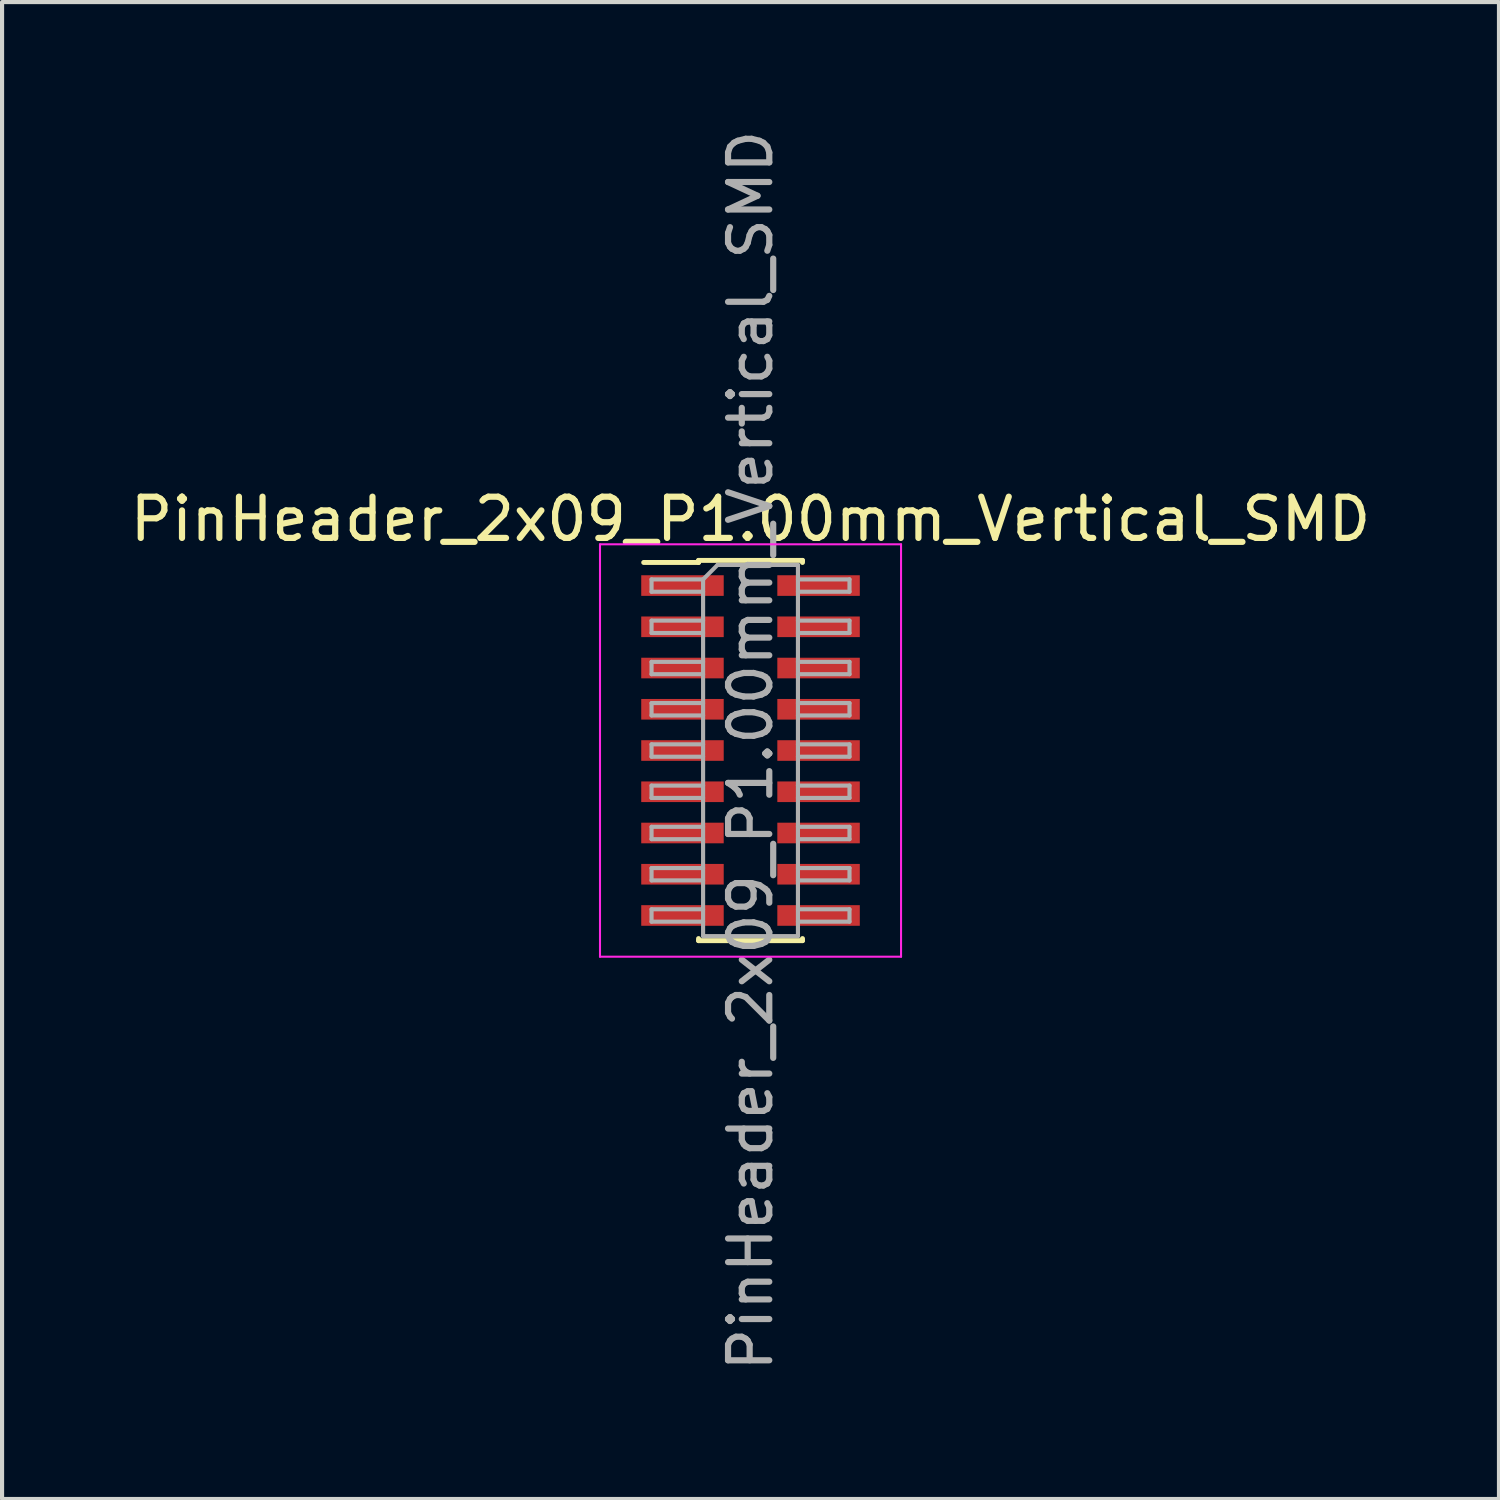
<source format=kicad_pcb>
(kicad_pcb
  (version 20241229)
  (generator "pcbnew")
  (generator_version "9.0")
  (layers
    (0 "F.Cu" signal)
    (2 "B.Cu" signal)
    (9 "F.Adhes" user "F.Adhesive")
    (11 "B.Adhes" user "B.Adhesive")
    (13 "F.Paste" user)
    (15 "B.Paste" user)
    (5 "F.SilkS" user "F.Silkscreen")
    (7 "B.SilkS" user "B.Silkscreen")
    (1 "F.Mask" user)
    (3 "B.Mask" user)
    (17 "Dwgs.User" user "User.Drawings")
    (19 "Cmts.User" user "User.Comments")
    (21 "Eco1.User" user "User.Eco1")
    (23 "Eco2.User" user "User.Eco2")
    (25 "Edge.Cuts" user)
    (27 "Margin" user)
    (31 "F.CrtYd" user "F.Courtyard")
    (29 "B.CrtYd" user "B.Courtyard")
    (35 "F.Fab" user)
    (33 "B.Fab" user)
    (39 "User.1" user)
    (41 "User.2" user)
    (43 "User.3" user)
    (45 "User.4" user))
  (footprint "PinHeader_2x09_P1.00mm_Vertical_SMD"
    (layer "F.Cu")
    (at 15.149 15.149)
    (property "Reference" "PinHeader_2x09_P1.00mm_Vertical_SMD" (at 0 -5.61 0) (layer "F.SilkS") (effects (font (size 1 1) (thickness 0.15))))
    (attr smd)
    (fp_line (start -2.59 -4.56) (end -1.26 -4.56) (stroke (width 0.12) (type solid)) (layer "F.SilkS"))
    (fp_line (start -1.26 -4.61) (end -1.26 -4.56) (stroke (width 0.12) (type solid)) (layer "F.SilkS"))
    (fp_line (start -1.26 -4.61) (end 1.26 -4.61) (stroke (width 0.12) (type solid)) (layer "F.SilkS"))
    (fp_line (start -1.26 4.56) (end -1.26 4.61) (stroke (width 0.12) (type solid)) (layer "F.SilkS"))
    (fp_line (start -1.26 4.61) (end 1.26 4.61) (stroke (width 0.12) (type solid)) (layer "F.SilkS"))
    (fp_line (start 1.26 -4.61) (end 1.26 -4.56) (stroke (width 0.12) (type solid)) (layer "F.SilkS"))
    (fp_line (start 1.26 4.56) (end 1.26 4.61) (stroke (width 0.12) (type solid)) (layer "F.SilkS"))
    (fp_line (start -3.65 -5) (end -3.65 5) (stroke (width 0.05) (type solid)) (layer "F.CrtYd"))
    (fp_line (start -3.65 5) (end 3.65 5) (stroke (width 0.05) (type solid)) (layer "F.CrtYd"))
    (fp_line (start 3.65 -5) (end -3.65 -5) (stroke (width 0.05) (type solid)) (layer "F.CrtYd"))
    (fp_line (start 3.65 5) (end 3.65 -5) (stroke (width 0.05) (type solid)) (layer "F.CrtYd"))
    (fp_line (start -2.4 -4.15) (end -2.4 -3.85) (stroke (width 0.1) (type solid)) (layer "F.Fab"))
    (fp_line (start -2.4 -3.85) (end -1.15 -3.85) (stroke (width 0.1) (type solid)) (layer "F.Fab"))
    (fp_line (start -2.4 -3.15) (end -2.4 -2.85) (stroke (width 0.1) (type solid)) (layer "F.Fab"))
    (fp_line (start -2.4 -2.85) (end -1.15 -2.85) (stroke (width 0.1) (type solid)) (layer "F.Fab"))
    (fp_line (start -2.4 -2.15) (end -2.4 -1.85) (stroke (width 0.1) (type solid)) (layer "F.Fab"))
    (fp_line (start -2.4 -1.85) (end -1.15 -1.85) (stroke (width 0.1) (type solid)) (layer "F.Fab"))
    (fp_line (start -2.4 -1.15) (end -2.4 -0.85) (stroke (width 0.1) (type solid)) (layer "F.Fab"))
    (fp_line (start -2.4 -0.85) (end -1.15 -0.85) (stroke (width 0.1) (type solid)) (layer "F.Fab"))
    (fp_line (start -2.4 -0.15) (end -2.4 0.15) (stroke (width 0.1) (type solid)) (layer "F.Fab"))
    (fp_line (start -2.4 0.15) (end -1.15 0.15) (stroke (width 0.1) (type solid)) (layer "F.Fab"))
    (fp_line (start -2.4 0.85) (end -2.4 1.15) (stroke (width 0.1) (type solid)) (layer "F.Fab"))
    (fp_line (start -2.4 1.15) (end -1.15 1.15) (stroke (width 0.1) (type solid)) (layer "F.Fab"))
    (fp_line (start -2.4 1.85) (end -2.4 2.15) (stroke (width 0.1) (type solid)) (layer "F.Fab"))
    (fp_line (start -2.4 2.15) (end -1.15 2.15) (stroke (width 0.1) (type solid)) (layer "F.Fab"))
    (fp_line (start -2.4 2.85) (end -2.4 3.15) (stroke (width 0.1) (type solid)) (layer "F.Fab"))
    (fp_line (start -2.4 3.15) (end -1.15 3.15) (stroke (width 0.1) (type solid)) (layer "F.Fab"))
    (fp_line (start -2.4 3.85) (end -2.4 4.15) (stroke (width 0.1) (type solid)) (layer "F.Fab"))
    (fp_line (start -2.4 4.15) (end -1.15 4.15) (stroke (width 0.1) (type solid)) (layer "F.Fab"))
    (fp_line (start -1.15 -4.15) (end -2.4 -4.15) (stroke (width 0.1) (type solid)) (layer "F.Fab"))
    (fp_line (start -1.15 -4.15) (end -0.8 -4.5) (stroke (width 0.1) (type solid)) (layer "F.Fab"))
    (fp_line (start -1.15 -3.15) (end -2.4 -3.15) (stroke (width 0.1) (type solid)) (layer "F.Fab"))
    (fp_line (start -1.15 -2.15) (end -2.4 -2.15) (stroke (width 0.1) (type solid)) (layer "F.Fab"))
    (fp_line (start -1.15 -1.15) (end -2.4 -1.15) (stroke (width 0.1) (type solid)) (layer "F.Fab"))
    (fp_line (start -1.15 -0.15) (end -2.4 -0.15) (stroke (width 0.1) (type solid)) (layer "F.Fab"))
    (fp_line (start -1.15 0.85) (end -2.4 0.85) (stroke (width 0.1) (type solid)) (layer "F.Fab"))
    (fp_line (start -1.15 1.85) (end -2.4 1.85) (stroke (width 0.1) (type solid)) (layer "F.Fab"))
    (fp_line (start -1.15 2.85) (end -2.4 2.85) (stroke (width 0.1) (type solid)) (layer "F.Fab"))
    (fp_line (start -1.15 3.85) (end -2.4 3.85) (stroke (width 0.1) (type solid)) (layer "F.Fab"))
    (fp_line (start -1.15 4.5) (end -1.15 -4.15) (stroke (width 0.1) (type solid)) (layer "F.Fab"))
    (fp_line (start -0.8 -4.5) (end 1.15 -4.5) (stroke (width 0.1) (type solid)) (layer "F.Fab"))
    (fp_line (start 1.15 -4.5) (end 1.15 4.5) (stroke (width 0.1) (type solid)) (layer "F.Fab"))
    (fp_line (start 1.15 -4.15) (end 2.4 -4.15) (stroke (width 0.1) (type solid)) (layer "F.Fab"))
    (fp_line (start 1.15 -3.15) (end 2.4 -3.15) (stroke (width 0.1) (type solid)) (layer "F.Fab"))
    (fp_line (start 1.15 -2.15) (end 2.4 -2.15) (stroke (width 0.1) (type solid)) (layer "F.Fab"))
    (fp_line (start 1.15 -1.15) (end 2.4 -1.15) (stroke (width 0.1) (type solid)) (layer "F.Fab"))
    (fp_line (start 1.15 -0.15) (end 2.4 -0.15) (stroke (width 0.1) (type solid)) (layer "F.Fab"))
    (fp_line (start 1.15 0.85) (end 2.4 0.85) (stroke (width 0.1) (type solid)) (layer "F.Fab"))
    (fp_line (start 1.15 1.85) (end 2.4 1.85) (stroke (width 0.1) (type solid)) (layer "F.Fab"))
    (fp_line (start 1.15 2.85) (end 2.4 2.85) (stroke (width 0.1) (type solid)) (layer "F.Fab"))
    (fp_line (start 1.15 3.85) (end 2.4 3.85) (stroke (width 0.1) (type solid)) (layer "F.Fab"))
    (fp_line (start 1.15 4.5) (end -1.15 4.5) (stroke (width 0.1) (type solid)) (layer "F.Fab"))
    (fp_line (start 2.4 -4.15) (end 2.4 -3.85) (stroke (width 0.1) (type solid)) (layer "F.Fab"))
    (fp_line (start 2.4 -3.85) (end 1.15 -3.85) (stroke (width 0.1) (type solid)) (layer "F.Fab"))
    (fp_line (start 2.4 -3.15) (end 2.4 -2.85) (stroke (width 0.1) (type solid)) (layer "F.Fab"))
    (fp_line (start 2.4 -2.85) (end 1.15 -2.85) (stroke (width 0.1) (type solid)) (layer "F.Fab"))
    (fp_line (start 2.4 -2.15) (end 2.4 -1.85) (stroke (width 0.1) (type solid)) (layer "F.Fab"))
    (fp_line (start 2.4 -1.85) (end 1.15 -1.85) (stroke (width 0.1) (type solid)) (layer "F.Fab"))
    (fp_line (start 2.4 -1.15) (end 2.4 -0.85) (stroke (width 0.1) (type solid)) (layer "F.Fab"))
    (fp_line (start 2.4 -0.85) (end 1.15 -0.85) (stroke (width 0.1) (type solid)) (layer "F.Fab"))
    (fp_line (start 2.4 -0.15) (end 2.4 0.15) (stroke (width 0.1) (type solid)) (layer "F.Fab"))
    (fp_line (start 2.4 0.15) (end 1.15 0.15) (stroke (width 0.1) (type solid)) (layer "F.Fab"))
    (fp_line (start 2.4 0.85) (end 2.4 1.15) (stroke (width 0.1) (type solid)) (layer "F.Fab"))
    (fp_line (start 2.4 1.15) (end 1.15 1.15) (stroke (width 0.1) (type solid)) (layer "F.Fab"))
    (fp_line (start 2.4 1.85) (end 2.4 2.15) (stroke (width 0.1) (type solid)) (layer "F.Fab"))
    (fp_line (start 2.4 2.15) (end 1.15 2.15) (stroke (width 0.1) (type solid)) (layer "F.Fab"))
    (fp_line (start 2.4 2.85) (end 2.4 3.15) (stroke (width 0.1) (type solid)) (layer "F.Fab"))
    (fp_line (start 2.4 3.15) (end 1.15 3.15) (stroke (width 0.1) (type solid)) (layer "F.Fab"))
    (fp_line (start 2.4 3.85) (end 2.4 4.15) (stroke (width 0.1) (type solid)) (layer "F.Fab"))
    (fp_line (start 2.4 4.15) (end 1.15 4.15) (stroke (width 0.1) (type solid)) (layer "F.Fab"))
    (fp_text user "${REFERENCE}" (at 0 0 90) (layer "F.Fab") (effects (font (size 1 1) (thickness 0.15))))
    (pad "1" smd rect (at -1.65 -4) (size 2 0.5) (layers "F.Cu" "F.Mask" "F.Paste"))
    (pad "2" smd rect (at 1.65 -4) (size 2 0.5) (layers "F.Cu" "F.Mask" "F.Paste"))
    (pad "3" smd rect (at -1.65 -3) (size 2 0.5) (layers "F.Cu" "F.Mask" "F.Paste"))
    (pad "4" smd rect (at 1.65 -3) (size 2 0.5) (layers "F.Cu" "F.Mask" "F.Paste"))
    (pad "5" smd rect (at -1.65 -2) (size 2 0.5) (layers "F.Cu" "F.Mask" "F.Paste"))
    (pad "6" smd rect (at 1.65 -2) (size 2 0.5) (layers "F.Cu" "F.Mask" "F.Paste"))
    (pad "7" smd rect (at -1.65 -1) (size 2 0.5) (layers "F.Cu" "F.Mask" "F.Paste"))
    (pad "8" smd rect (at 1.65 -1) (size 2 0.5) (layers "F.Cu" "F.Mask" "F.Paste"))
    (pad "9" smd rect (at -1.65 0) (size 2 0.5) (layers "F.Cu" "F.Mask" "F.Paste"))
    (pad "10" smd rect (at 1.65 0) (size 2 0.5) (layers "F.Cu" "F.Mask" "F.Paste"))
    (pad "11" smd rect (at -1.65 1) (size 2 0.5) (layers "F.Cu" "F.Mask" "F.Paste"))
    (pad "12" smd rect (at 1.65 1) (size 2 0.5) (layers "F.Cu" "F.Mask" "F.Paste"))
    (pad "13" smd rect (at -1.65 2) (size 2 0.5) (layers "F.Cu" "F.Mask" "F.Paste"))
    (pad "14" smd rect (at 1.65 2) (size 2 0.5) (layers "F.Cu" "F.Mask" "F.Paste"))
    (pad "15" smd rect (at -1.65 3) (size 2 0.5) (layers "F.Cu" "F.Mask" "F.Paste"))
    (pad "16" smd rect (at 1.65 3) (size 2 0.5) (layers "F.Cu" "F.Mask" "F.Paste"))
    (pad "17" smd rect (at -1.65 4) (size 2 0.5) (layers "F.Cu" "F.Mask" "F.Paste"))
    (pad "18" smd rect (at 1.65 4) (size 2 0.5) (layers "F.Cu" "F.Mask" "F.Paste")))
  (gr_rect
    (start -3 -3)
    (end 33.298 33.298)
    (stroke (width 0.1) (type default))
    (fill no)
    (layer "Edge.Cuts")))
</source>
